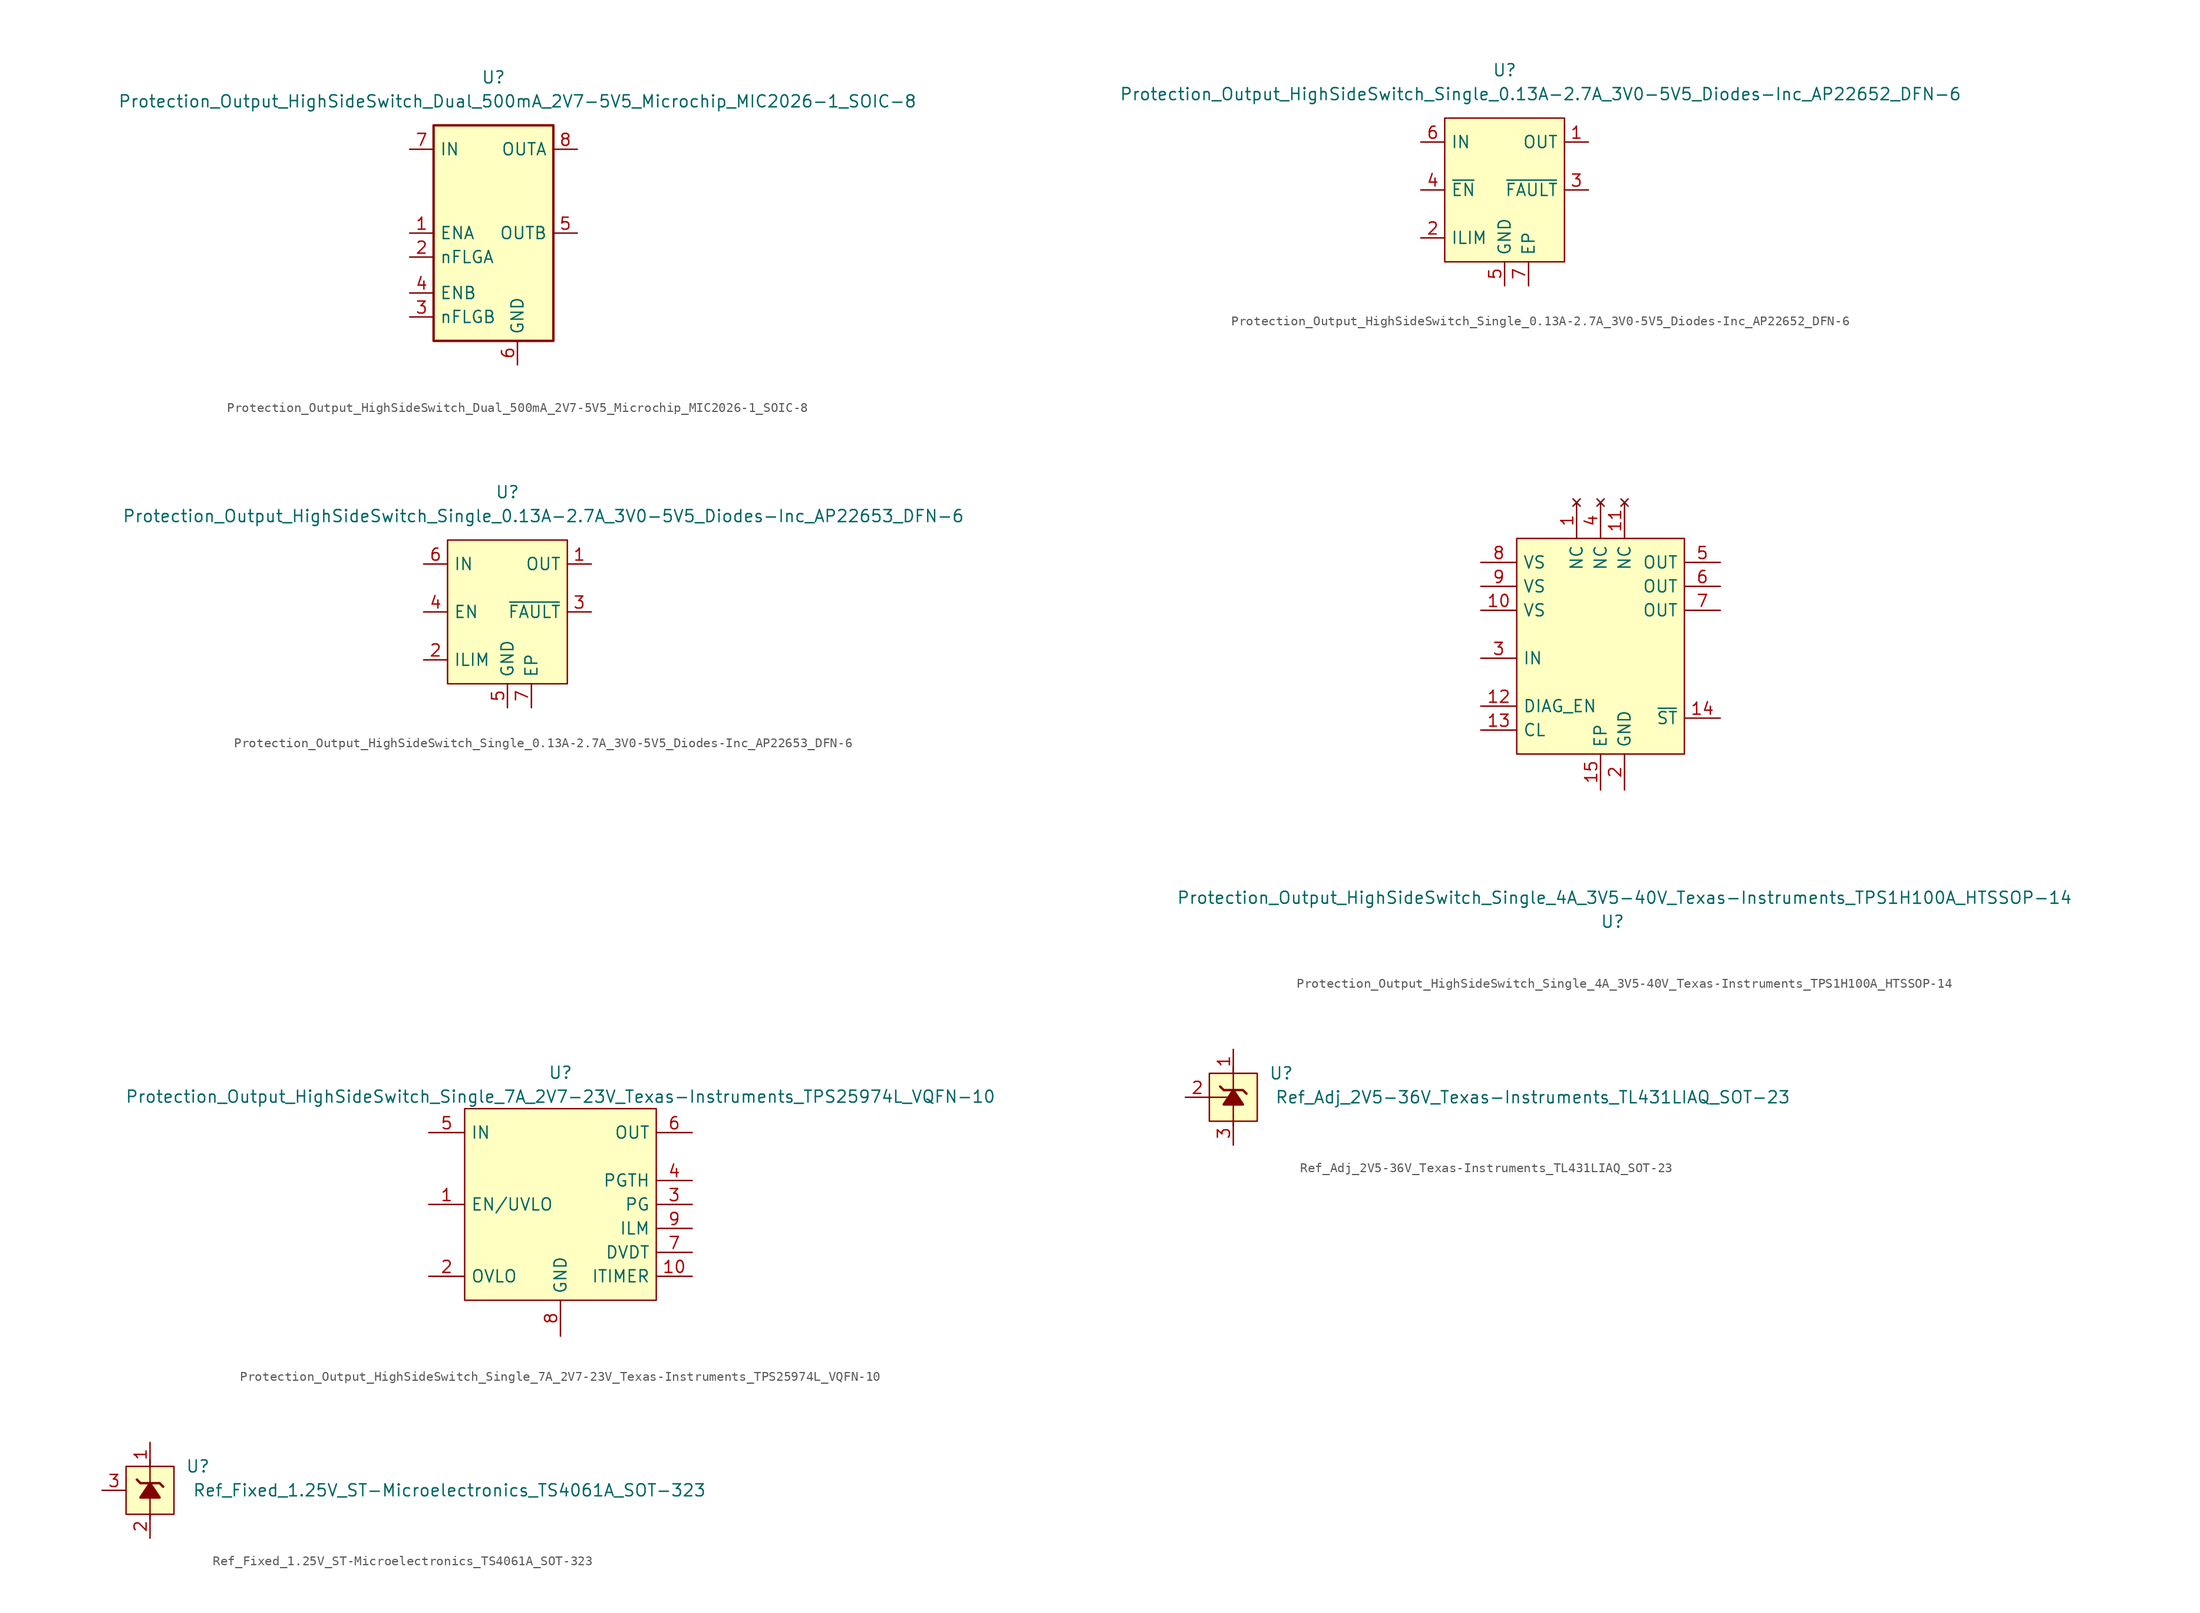
<source format=kicad_sym>
(kicad_symbol_lib
  (version 20220914)
  (generator kicad_symbol_editor)
  (symbol "Protection_Output_HighSideSwitch_Dual_500mA_2V7-5V5_Microchip_MIC2026-1_SOIC-8"
    (pin_names
      (offset 0.635))
    (property "Reference" "U"
      (at 0 16.51 0)
      (effects (font (size 1.27 1.27))))
    (property "Value" "Protection_Output_HighSideSwitch_Dual_500mA_2V7-5V5_Microchip_MIC2026-1_SOIC-8"
      (at 2.54 13.97 0)
      (effects (font (size 1.27 1.27))))
    (symbol "Protection_Output_HighSideSwitch_Dual_500mA_2V7-5V5_Microchip_MIC2026-1_SOIC-8_1_1"
      (rectangle (start -6.35 -11.43) (end 6.35 11.43) (stroke (width 0.254) (type default)) (fill (type background)))
      (pin input line (at -8.89 0 0) (length 2.54) (name "ENA" (effects (font (size 1.27 1.27)))) (number "1" (effects (font (size 1.27 1.27)))))
      (pin open_collector line (at -8.89 -2.54 0) (length 2.54) (name "nFLGA" (effects (font (size 1.27 1.27)))) (number "2" (effects (font (size 1.27 1.27)))))
      (pin open_collector line (at -8.89 -8.89 0) (length 2.54) (name "nFLGB" (effects (font (size 1.27 1.27)))) (number "3" (effects (font (size 1.27 1.27)))))
      (pin input line (at -8.89 -6.35 0) (length 2.54) (name "ENB" (effects (font (size 1.27 1.27)))) (number "4" (effects (font (size 1.27 1.27)))))
      (pin power_out line (at 8.89 0 180) (length 2.54) (name "OUTB" (effects (font (size 1.27 1.27)))) (number "5" (effects (font (size 1.27 1.27)))))
      (pin power_in line (at 2.54 -13.97 90) (length 2.54) (name "GND" (effects (font (size 1.27 1.27)))) (number "6" (effects (font (size 1.27 1.27)))))
      (pin power_in line (at -8.89 8.89 0) (length 2.54) (name "IN" (effects (font (size 1.27 1.27)))) (number "7" (effects (font (size 1.27 1.27)))))
      (pin power_out line (at 8.89 8.89 180) (length 2.54) (name "OUTA" (effects (font (size 1.27 1.27)))) (number "8" (effects (font (size 1.27 1.27)))))))
  (symbol "Protection_Output_HighSideSwitch_Single_0.13A-2.7A_3V0-5V5_Diodes-Inc_AP22652_DFN-6"
    (pin_names
      (offset 0.635))
    (property "Reference" "U"
      (at 0 12.7 0)
      (effects (font (size 1.27 1.27))))
    (property "Value" "Protection_Output_HighSideSwitch_Single_0.13A-2.7A_3V0-5V5_Diodes-Inc_AP22652_DFN-6"
      (at 3.81 10.16 0)
      (effects (font (size 1.27 1.27))))
    (symbol "Protection_Output_HighSideSwitch_Single_0.13A-2.7A_3V0-5V5_Diodes-Inc_AP22652_DFN-6_0_0"
      (pin power_out line (at 8.89 5.08 180) (length 2.54) (name "OUT" (effects (font (size 1.27 1.27)))) (number "1" (effects (font (size 1.27 1.27)))))
      (pin output line (at -8.89 -5.08 0) (length 2.54) (name "ILIM" (effects (font (size 1.27 1.27)))) (number "2" (effects (font (size 1.27 1.27)))))
      (pin open_collector line (at 8.89 0 180) (length 2.54) (name "~{FAULT}" (effects (font (size 1.27 1.27)))) (number "3" (effects (font (size 1.27 1.27)))))
      (pin input line (at -8.89 0 0) (length 2.54) (name "~{EN}" (effects (font (size 1.27 1.27)))) (number "4" (effects (font (size 1.27 1.27)))))
      (pin power_in line (at 0 -10.16 90) (length 2.54) (name "GND" (effects (font (size 1.27 1.27)))) (number "5" (effects (font (size 1.27 1.27)))))
      (pin power_in line (at -8.89 5.08 0) (length 2.54) (name "IN" (effects (font (size 1.27 1.27)))) (number "6" (effects (font (size 1.27 1.27)))))
      (pin passive line (at 2.54 -10.16 90) (length 2.54) (name "EP" (effects (font (size 1.27 1.27)))) (number "7" (effects (font (size 1.27 1.27))))))
    (symbol "Protection_Output_HighSideSwitch_Single_0.13A-2.7A_3V0-5V5_Diodes-Inc_AP22652_DFN-6_0_1"
      (rectangle (start -6.35 7.62) (end 6.35 -7.62) (stroke (width 0) (type default)) (fill (type background)))))
  (symbol "Protection_Output_HighSideSwitch_Single_0.13A-2.7A_3V0-5V5_Diodes-Inc_AP22653_DFN-6"
    (pin_names
      (offset 0.635))
    (property "Reference" "U"
      (at 0 12.7 0)
      (effects (font (size 1.27 1.27))))
    (property "Value" "Protection_Output_HighSideSwitch_Single_0.13A-2.7A_3V0-5V5_Diodes-Inc_AP22653_DFN-6"
      (at 3.81 10.16 0)
      (effects (font (size 1.27 1.27))))
    (symbol "Protection_Output_HighSideSwitch_Single_0.13A-2.7A_3V0-5V5_Diodes-Inc_AP22653_DFN-6_0_0"
      (pin power_out line (at 8.89 5.08 180) (length 2.54) (name "OUT" (effects (font (size 1.27 1.27)))) (number "1" (effects (font (size 1.27 1.27)))))
      (pin output line (at -8.89 -5.08 0) (length 2.54) (name "ILIM" (effects (font (size 1.27 1.27)))) (number "2" (effects (font (size 1.27 1.27)))))
      (pin open_collector line (at 8.89 0 180) (length 2.54) (name "~{FAULT}" (effects (font (size 1.27 1.27)))) (number "3" (effects (font (size 1.27 1.27)))))
      (pin input line (at -8.89 0 0) (length 2.54) (name "EN" (effects (font (size 1.27 1.27)))) (number "4" (effects (font (size 1.27 1.27)))))
      (pin power_in line (at 0 -10.16 90) (length 2.54) (name "GND" (effects (font (size 1.27 1.27)))) (number "5" (effects (font (size 1.27 1.27)))))
      (pin power_in line (at -8.89 5.08 0) (length 2.54) (name "IN" (effects (font (size 1.27 1.27)))) (number "6" (effects (font (size 1.27 1.27)))))
      (pin passive line (at 2.54 -10.16 90) (length 2.54) (name "EP" (effects (font (size 1.27 1.27)))) (number "7" (effects (font (size 1.27 1.27))))))
    (symbol "Protection_Output_HighSideSwitch_Single_0.13A-2.7A_3V0-5V5_Diodes-Inc_AP22653_DFN-6_0_1"
      (rectangle (start -6.35 7.62) (end 6.35 -7.62) (stroke (width 0) (type default)) (fill (type background)))))
  (symbol "Protection_Output_HighSideSwitch_Single_4A_3V5-40V_Texas-Instruments_TPS1H100A_HTSSOP-14"
    (pin_names
      (offset 0.635))
    (property "Reference" "U"
      (at 1.27 -29.21 0)
      (effects (font (size 1.27 1.27))))
    (property "Value" "Protection_Output_HighSideSwitch_Single_4A_3V5-40V_Texas-Instruments_TPS1H100A_HTSSOP-14"
      (at 2.54 -26.67 0)
      (effects (font (size 1.27 1.27))))
    (symbol "Protection_Output_HighSideSwitch_Single_4A_3V5-40V_Texas-Instruments_TPS1H100A_HTSSOP-14_0_0"
      (pin no_connect line (at -2.54 15.24 270) (length 3.81) (name "NC" (effects (font (size 1.27 1.27)))) (number "1" (effects (font (size 1.27 1.27)))))
      (pin passive line (at -12.7 3.81 0) (length 3.81) (name "VS" (effects (font (size 1.27 1.27)))) (number "10" (effects (font (size 1.27 1.27)))))
      (pin no_connect line (at 2.54 15.24 270) (length 3.81) (name "NC" (effects (font (size 1.27 1.27)))) (number "11" (effects (font (size 1.27 1.27)))))
      (pin input line (at -12.7 -6.35 0) (length 3.81) (name "DIAG_EN" (effects (font (size 1.27 1.27)))) (number "12" (effects (font (size 1.27 1.27)))))
      (pin output line (at -12.7 -8.89 0) (length 3.81) (name "CL" (effects (font (size 1.27 1.27)))) (number "13" (effects (font (size 1.27 1.27)))))
      (pin open_collector line (at 12.7 -7.62 180) (length 3.81) (name "~{ST}" (effects (font (size 1.27 1.27)))) (number "14" (effects (font (size 1.27 1.27)))))
      (pin passive line (at 0 -15.24 90) (length 3.81) (name "EP" (effects (font (size 1.27 1.27)))) (number "15" (effects (font (size 1.27 1.27)))))
      (pin power_in line (at 2.54 -15.24 90) (length 3.81) (name "GND" (effects (font (size 1.27 1.27)))) (number "2" (effects (font (size 1.27 1.27)))))
      (pin input line (at -12.7 -1.27 0) (length 3.81) (name "IN" (effects (font (size 1.27 1.27)))) (number "3" (effects (font (size 1.27 1.27)))))
      (pin no_connect line (at 0 15.24 270) (length 3.81) (name "NC" (effects (font (size 1.27 1.27)))) (number "4" (effects (font (size 1.27 1.27)))))
      (pin power_out line (at 12.7 8.89 180) (length 3.81) (name "OUT" (effects (font (size 1.27 1.27)))) (number "5" (effects (font (size 1.27 1.27)))))
      (pin passive line (at 12.7 6.35 180) (length 3.81) (name "OUT" (effects (font (size 1.27 1.27)))) (number "6" (effects (font (size 1.27 1.27)))))
      (pin passive line (at 12.7 3.81 180) (length 3.81) (name "OUT" (effects (font (size 1.27 1.27)))) (number "7" (effects (font (size 1.27 1.27)))))
      (pin power_in line (at -12.7 8.89 0) (length 3.81) (name "VS" (effects (font (size 1.27 1.27)))) (number "8" (effects (font (size 1.27 1.27)))))
      (pin passive line (at -12.7 6.35 0) (length 3.81) (name "VS" (effects (font (size 1.27 1.27)))) (number "9" (effects (font (size 1.27 1.27))))))
    (symbol "Protection_Output_HighSideSwitch_Single_4A_3V5-40V_Texas-Instruments_TPS1H100A_HTSSOP-14_0_1"
      (rectangle (start -8.89 11.43) (end 8.89 -11.43) (stroke (width 0) (type default)) (fill (type background)))))
  (symbol "Protection_Output_HighSideSwitch_Single_7A_2V7-23V_Texas-Instruments_TPS25974L_VQFN-10"
    (pin_names
      (offset 0.635))
    (property "Reference" "U"
      (at 0 13.97 0)
      (effects (font (size 1.27 1.27))))
    (property "Value" "Protection_Output_HighSideSwitch_Single_7A_2V7-23V_Texas-Instruments_TPS25974L_VQFN-10"
      (at 0 11.43 0)
      (effects (font (size 1.27 1.27))))
    (symbol "Protection_Output_HighSideSwitch_Single_7A_2V7-23V_Texas-Instruments_TPS25974L_VQFN-10_0_1"
      (rectangle (start -10.16 10.16) (end 10.16 -10.16) (stroke (width 0) (type default)) (fill (type background)))
      (pin input line (at -13.97 0 0) (length 3.81) (name "EN/UVLO" (effects (font (size 1.27 1.27)))) (number "1" (effects (font (size 1.27 1.27)))))
      (pin output line (at 13.97 -7.62 180) (length 3.81) (name "ITIMER" (effects (font (size 1.27 1.27)))) (number "10" (effects (font (size 1.27 1.27)))))
      (pin input line (at -13.97 -7.62 0) (length 3.81) (name "OVLO" (effects (font (size 1.27 1.27)))) (number "2" (effects (font (size 1.27 1.27)))))
      (pin power_in line (at -13.97 7.62 0) (length 3.81) (name "IN" (effects (font (size 1.27 1.27)))) (number "5" (effects (font (size 1.27 1.27)))))
      (pin power_out line (at 13.97 7.62 180) (length 3.81) (name "OUT" (effects (font (size 1.27 1.27)))) (number "6" (effects (font (size 1.27 1.27)))))
      (pin output line (at 13.97 -5.08 180) (length 3.81) (name "DVDT" (effects (font (size 1.27 1.27)))) (number "7" (effects (font (size 1.27 1.27)))))
      (pin power_in line (at 0 -13.97 90) (length 3.81) (name "GND" (effects (font (size 1.27 1.27)))) (number "8" (effects (font (size 1.27 1.27)))))
      (pin output line (at 13.97 -2.54 180) (length 3.81) (name "ILM" (effects (font (size 1.27 1.27)))) (number "9" (effects (font (size 1.27 1.27))))))
    (symbol "Protection_Output_HighSideSwitch_Single_7A_2V7-23V_Texas-Instruments_TPS25974L_VQFN-10_1_1"
      (pin open_collector line (at 13.97 0 180) (length 3.81) (name "PG" (effects (font (size 1.27 1.27)))) (number "3" (effects (font (size 1.27 1.27)))))
      (pin input line (at 13.97 2.54 180) (length 3.81) (name "PGTH" (effects (font (size 1.27 1.27)))) (number "4" (effects (font (size 1.27 1.27)))))))
  (symbol "Ref_Adj_2V5-36V_Texas-Instruments_TL431LIAQ_SOT-23"
    (pin_names
      (offset 1.27) hide)
    (property "Reference" "U"
      (at 5.08 2.54 0)
      (effects (font (size 1.27 1.27))))
    (property "Value" "Ref_Adj_2V5-36V_Texas-Instruments_TL431LIAQ_SOT-23"
      (at 31.75 0 0)
      (effects (font (size 1.27 1.27))))
    (symbol "Ref_Adj_2V5-36V_Texas-Instruments_TL431LIAQ_SOT-23_0_0"
      (pin passive line (at -5.08 0 0) (length 2.54) (name "REF" (effects (font (size 1.27 1.27)))) (number "2" (effects (font (size 1.27 1.27))))))
    (symbol "Ref_Adj_2V5-36V_Texas-Instruments_TL431LIAQ_SOT-23_1_1"
      (rectangle (start -2.54 2.54) (end 2.54 -2.54) (stroke (width 0) (type default)) (fill (type background)))
      (polyline (pts (xy 0 -3.048) (xy 0 3.302)) (stroke (width 0) (type default)) (fill (type none)))
      (polyline (pts (xy 0 0) (xy -2.54 0)) (stroke (width 0) (type default)) (fill (type none)))
      (polyline (pts (xy -1.397 1.143) (xy -1.016 0.762) (xy 1.016 0.762) (xy 1.397 0.381)) (stroke (width 0.254) (type default)) (fill (type none)))
      (polyline (pts (xy 1.016 -0.762) (xy 0 0.762) (xy -1.016 -0.762) (xy 1.016 -0.762)) (stroke (width 0.254) (type default)) (fill (type outline)))
      (pin passive line (at 0 5.08 270) (length 2.54) (name "K" (effects (font (size 1.27 1.27)))) (number "1" (effects (font (size 1.27 1.27)))))
      (pin passive line (at 0 -5.08 90) (length 2.54) (name "A" (effects (font (size 1.27 1.27)))) (number "3" (effects (font (size 1.27 1.27)))))))
  (symbol "Ref_Fixed_1.25V_ST-Microelectronics_TS4061A_SOT-323"
    (pin_names
      (offset 1.27) hide)
    (property "Reference" "U"
      (at 5.08 2.54 0)
      (effects (font (size 1.27 1.27))))
    (property "Value" "Ref_Fixed_1.25V_ST-Microelectronics_TS4061A_SOT-323"
      (at 31.75 0 0)
      (effects (font (size 1.27 1.27))))
    (symbol "Ref_Fixed_1.25V_ST-Microelectronics_TS4061A_SOT-323_0_0"
      (pin passive line (at -5.08 0 0) (length 2.54) (name "NC" (effects (font (size 1.27 1.27)))) (number "3" (effects (font (size 1.27 1.27))))))
    (symbol "Ref_Fixed_1.25V_ST-Microelectronics_TS4061A_SOT-323_1_1"
      (rectangle (start -2.54 2.54) (end 2.54 -2.54) (stroke (width 0) (type default)) (fill (type background)))
      (polyline (pts (xy 0 -3.048) (xy 0 3.302)) (stroke (width 0) (type default)) (fill (type none)))
      (polyline (pts (xy -1.397 1.143) (xy -1.016 0.762) (xy 1.016 0.762) (xy 1.397 0.381)) (stroke (width 0.254) (type default)) (fill (type none)))
      (polyline (pts (xy 1.016 -0.762) (xy 0 0.762) (xy -1.016 -0.762) (xy 1.016 -0.762)) (stroke (width 0.254) (type default)) (fill (type outline)))
      (pin passive line (at 0 5.08 270) (length 2.54) (name "K" (effects (font (size 1.27 1.27)))) (number "1" (effects (font (size 1.27 1.27)))))
      (pin passive line (at 0 -5.08 90) (length 2.54) (name "A" (effects (font (size 1.27 1.27)))) (number "2" (effects (font (size 1.27 1.27))))))))
</source>
